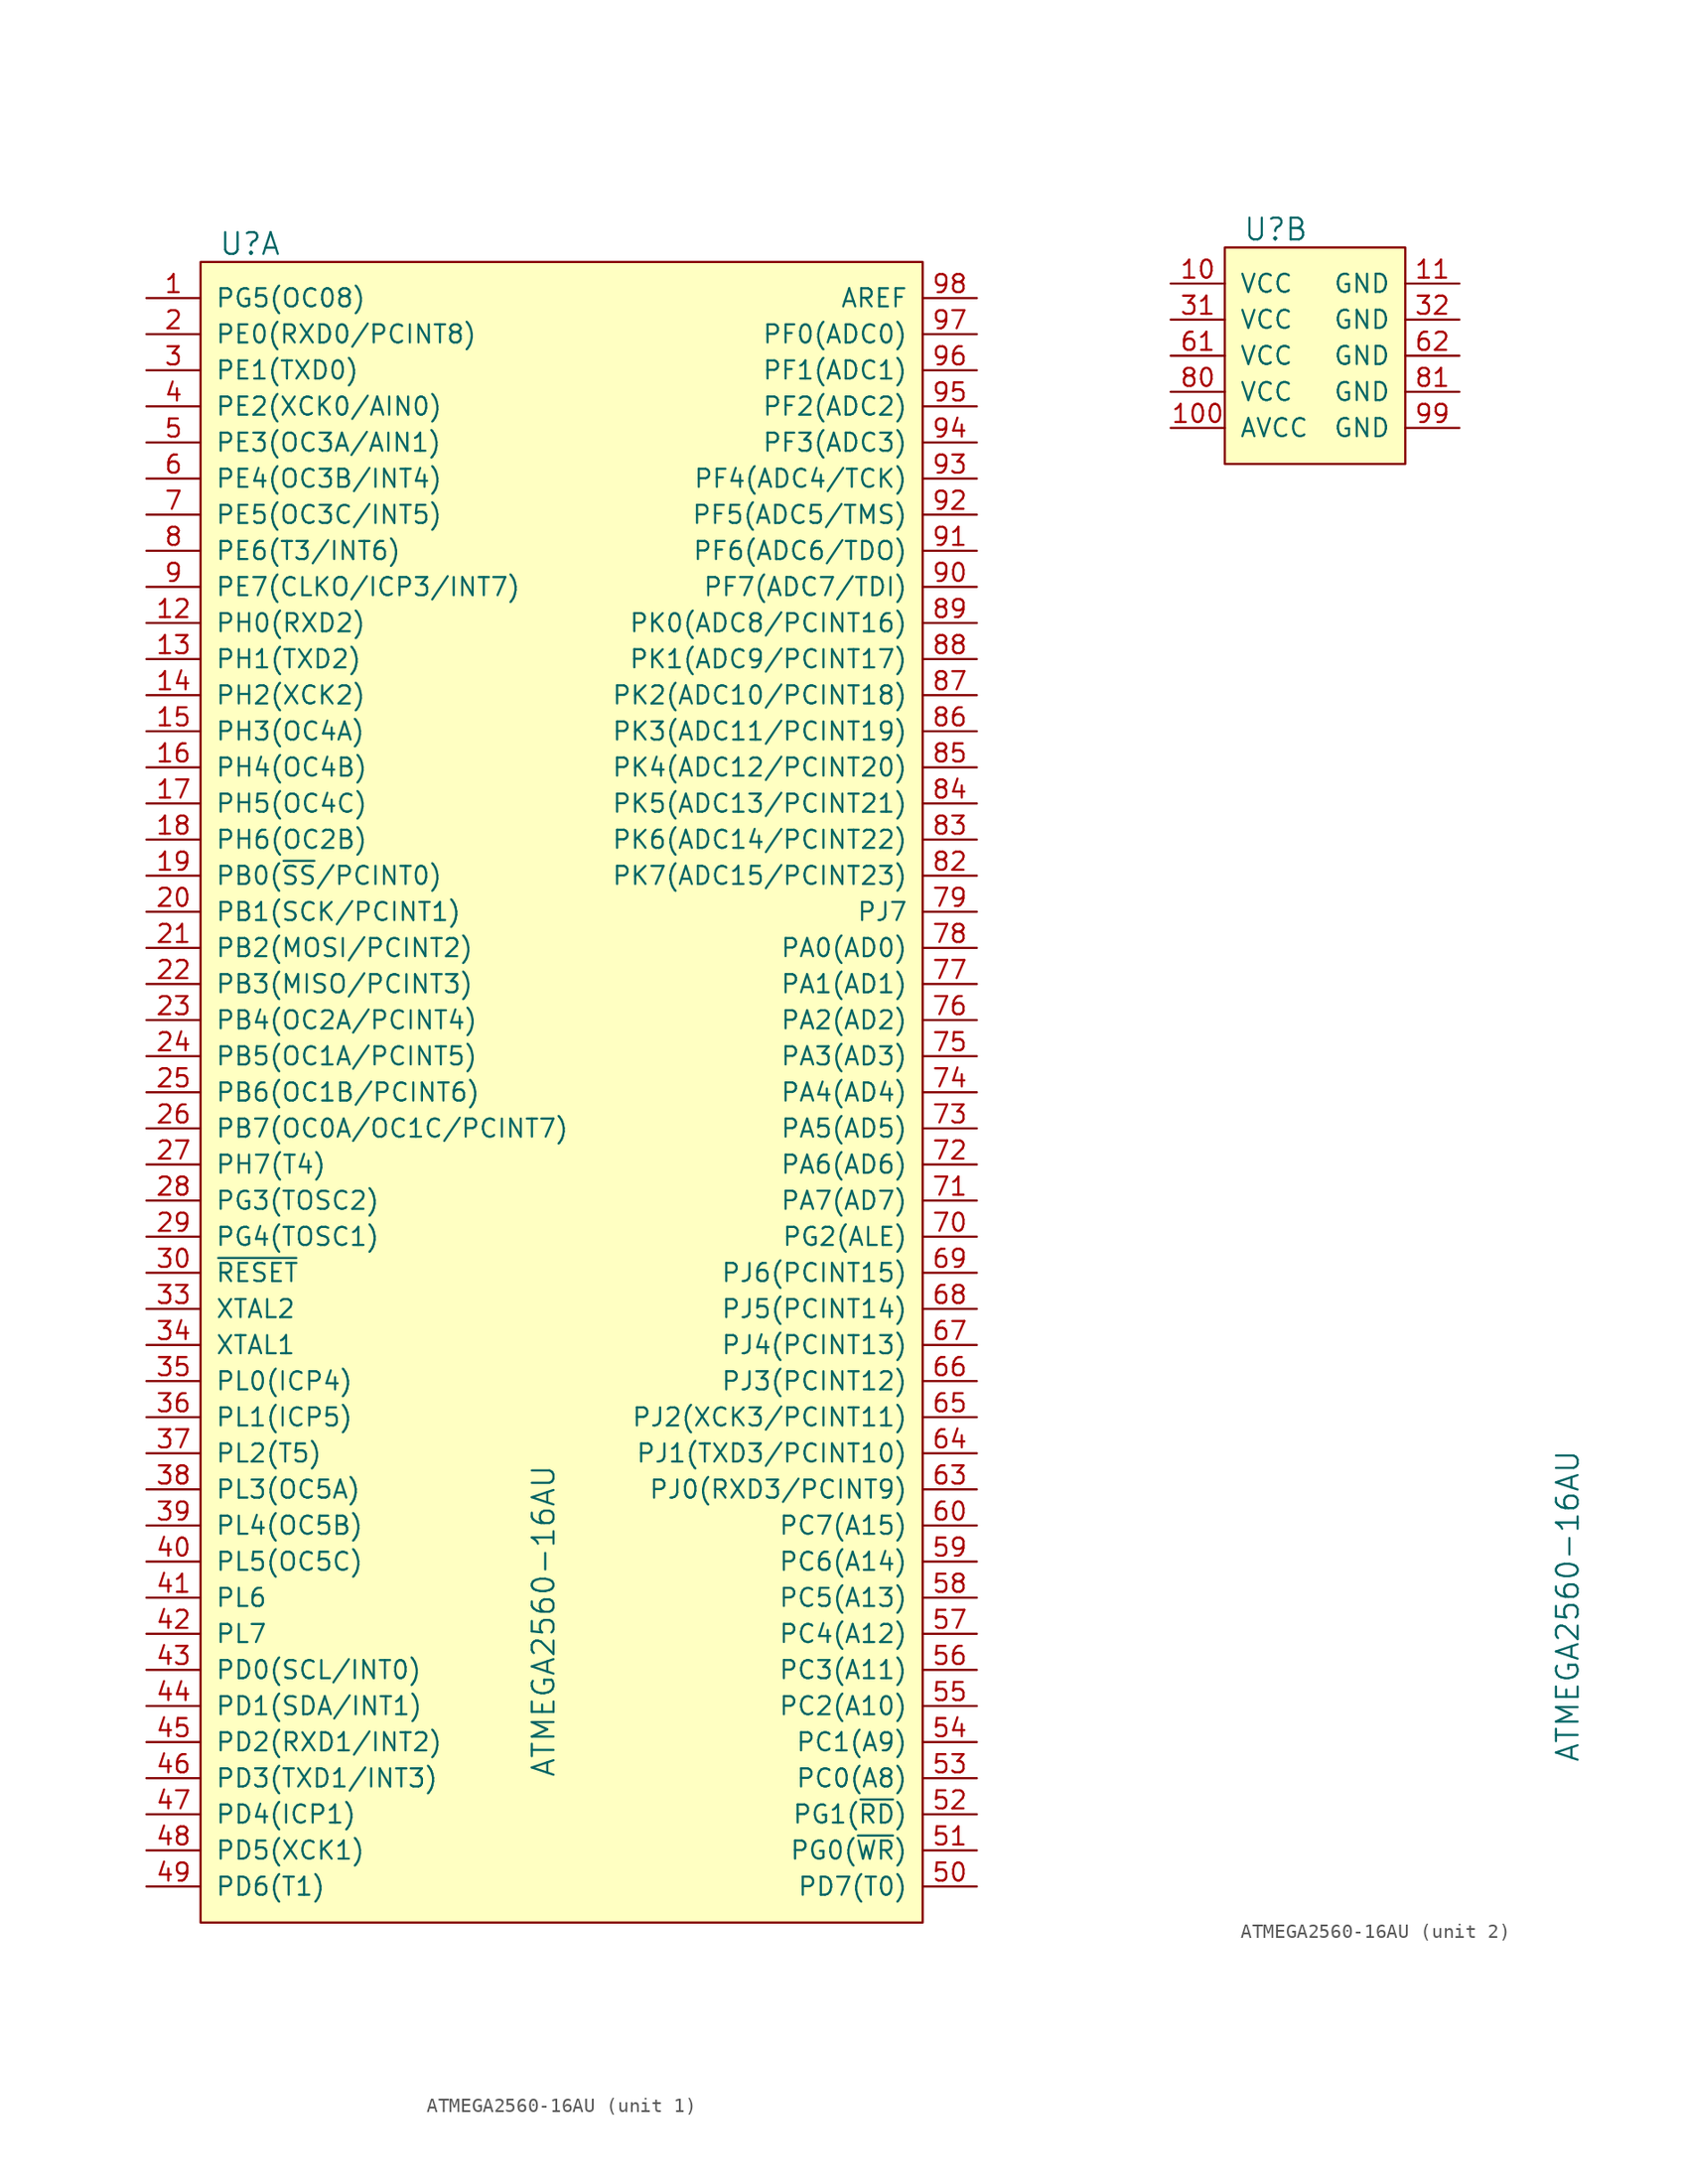
<source format=kicad_sym>
(kicad_symbol_lib
  (version 20231120)
  (generator "kicad_symbol_editor")
  (generator_version "8.0")
  (symbol "ATMEGA2560-16AU"
    (pin_names
      (offset 1.016))
    (property "Reference" "U"
      (at 2.54 1.27 0)
      (effects (font (size 1.524 1.524)) (justify left)))
    (property "Value" "ATMEGA2560-16AU"
      (at 25.4 -106.68 90)
      (effects (font (size 1.524 1.524)) (justify left)))
    (property "ki_locked" ""
      (at 0 0 0)
      (effects (font (size 1.27 1.27))))
    (symbol "ATMEGA2560-16AU_1_1"
      (rectangle (start 1.27 0) (end 52.07 -116.84) (stroke (width 0) (type default)) (fill (type background)))
      (pin bidirectional line (at -2.54 -2.54 0) (length 3.81) (name "PG5(OC08)" (effects (font (size 1.27 1.27)))) (number "1" (effects (font (size 1.27 1.27)))))
      (pin bidirectional line (at -2.54 -25.4 0) (length 3.81) (name "PH0(RXD2)" (effects (font (size 1.27 1.27)))) (number "12" (effects (font (size 1.27 1.27)))))
      (pin bidirectional line (at -2.54 -27.94 0) (length 3.81) (name "PH1(TXD2)" (effects (font (size 1.27 1.27)))) (number "13" (effects (font (size 1.27 1.27)))))
      (pin bidirectional line (at -2.54 -30.48 0) (length 3.81) (name "PH2(XCK2)" (effects (font (size 1.27 1.27)))) (number "14" (effects (font (size 1.27 1.27)))))
      (pin bidirectional line (at -2.54 -33.02 0) (length 3.81) (name "PH3(OC4A)" (effects (font (size 1.27 1.27)))) (number "15" (effects (font (size 1.27 1.27)))))
      (pin bidirectional line (at -2.54 -35.56 0) (length 3.81) (name "PH4(OC4B)" (effects (font (size 1.27 1.27)))) (number "16" (effects (font (size 1.27 1.27)))))
      (pin bidirectional line (at -2.54 -38.1 0) (length 3.81) (name "PH5(OC4C)" (effects (font (size 1.27 1.27)))) (number "17" (effects (font (size 1.27 1.27)))))
      (pin bidirectional line (at -2.54 -40.64 0) (length 3.81) (name "PH6(OC2B)" (effects (font (size 1.27 1.27)))) (number "18" (effects (font (size 1.27 1.27)))))
      (pin bidirectional line (at -2.54 -43.18 0) (length 3.81) (name "PB0(~{SS}/PCINT0)" (effects (font (size 1.27 1.27)))) (number "19" (effects (font (size 1.27 1.27)))))
      (pin bidirectional line (at -2.54 -5.08 0) (length 3.81) (name "PE0(RXD0/PCINT8)" (effects (font (size 1.27 1.27)))) (number "2" (effects (font (size 1.27 1.27)))))
      (pin bidirectional line (at -2.54 -45.72 0) (length 3.81) (name "PB1(SCK/PCINT1)" (effects (font (size 1.27 1.27)))) (number "20" (effects (font (size 1.27 1.27)))))
      (pin bidirectional line (at -2.54 -48.26 0) (length 3.81) (name "PB2(MOSI/PCINT2)" (effects (font (size 1.27 1.27)))) (number "21" (effects (font (size 1.27 1.27)))))
      (pin bidirectional line (at -2.54 -50.8 0) (length 3.81) (name "PB3(MISO/PCINT3)" (effects (font (size 1.27 1.27)))) (number "22" (effects (font (size 1.27 1.27)))))
      (pin bidirectional line (at -2.54 -53.34 0) (length 3.81) (name "PB4(OC2A/PCINT4)" (effects (font (size 1.27 1.27)))) (number "23" (effects (font (size 1.27 1.27)))))
      (pin bidirectional line (at -2.54 -55.88 0) (length 3.81) (name "PB5(OC1A/PCINT5)" (effects (font (size 1.27 1.27)))) (number "24" (effects (font (size 1.27 1.27)))))
      (pin bidirectional line (at -2.54 -58.42 0) (length 3.81) (name "PB6(OC1B/PCINT6)" (effects (font (size 1.27 1.27)))) (number "25" (effects (font (size 1.27 1.27)))))
      (pin bidirectional line (at -2.54 -60.96 0) (length 3.81) (name "PB7(OC0A/OC1C/PCINT7)" (effects (font (size 1.27 1.27)))) (number "26" (effects (font (size 1.27 1.27)))))
      (pin bidirectional line (at -2.54 -63.5 0) (length 3.81) (name "PH7(T4)" (effects (font (size 1.27 1.27)))) (number "27" (effects (font (size 1.27 1.27)))))
      (pin bidirectional line (at -2.54 -66.04 0) (length 3.81) (name "PG3(TOSC2)" (effects (font (size 1.27 1.27)))) (number "28" (effects (font (size 1.27 1.27)))))
      (pin bidirectional line (at -2.54 -68.58 0) (length 3.81) (name "PG4(TOSC1)" (effects (font (size 1.27 1.27)))) (number "29" (effects (font (size 1.27 1.27)))))
      (pin bidirectional line (at -2.54 -7.62 0) (length 3.81) (name "PE1(TXD0)" (effects (font (size 1.27 1.27)))) (number "3" (effects (font (size 1.27 1.27)))))
      (pin input line (at -2.54 -71.12 0) (length 3.81) (name "~{RESET}" (effects (font (size 1.27 1.27)))) (number "30" (effects (font (size 1.27 1.27)))))
      (pin input line (at -2.54 -73.66 0) (length 3.81) (name "XTAL2" (effects (font (size 1.27 1.27)))) (number "33" (effects (font (size 1.27 1.27)))))
      (pin output line (at -2.54 -76.2 0) (length 3.81) (name "XTAL1" (effects (font (size 1.27 1.27)))) (number "34" (effects (font (size 1.27 1.27)))))
      (pin bidirectional line (at -2.54 -78.74 0) (length 3.81) (name "PL0(ICP4)" (effects (font (size 1.27 1.27)))) (number "35" (effects (font (size 1.27 1.27)))))
      (pin bidirectional line (at -2.54 -81.28 0) (length 3.81) (name "PL1(ICP5)" (effects (font (size 1.27 1.27)))) (number "36" (effects (font (size 1.27 1.27)))))
      (pin bidirectional line (at -2.54 -83.82 0) (length 3.81) (name "PL2(T5)" (effects (font (size 1.27 1.27)))) (number "37" (effects (font (size 1.27 1.27)))))
      (pin bidirectional line (at -2.54 -86.36 0) (length 3.81) (name "PL3(OC5A)" (effects (font (size 1.27 1.27)))) (number "38" (effects (font (size 1.27 1.27)))))
      (pin bidirectional line (at -2.54 -88.9 0) (length 3.81) (name "PL4(OC5B)" (effects (font (size 1.27 1.27)))) (number "39" (effects (font (size 1.27 1.27)))))
      (pin bidirectional line (at -2.54 -10.16 0) (length 3.81) (name "PE2(XCK0/AIN0)" (effects (font (size 1.27 1.27)))) (number "4" (effects (font (size 1.27 1.27)))))
      (pin bidirectional line (at -2.54 -91.44 0) (length 3.81) (name "PL5(OC5C)" (effects (font (size 1.27 1.27)))) (number "40" (effects (font (size 1.27 1.27)))))
      (pin bidirectional line (at -2.54 -93.98 0) (length 3.81) (name "PL6" (effects (font (size 1.27 1.27)))) (number "41" (effects (font (size 1.27 1.27)))))
      (pin bidirectional line (at -2.54 -96.52 0) (length 3.81) (name "PL7" (effects (font (size 1.27 1.27)))) (number "42" (effects (font (size 1.27 1.27)))))
      (pin bidirectional line (at -2.54 -99.06 0) (length 3.81) (name "PD0(SCL/INT0)" (effects (font (size 1.27 1.27)))) (number "43" (effects (font (size 1.27 1.27)))))
      (pin bidirectional line (at -2.54 -101.6 0) (length 3.81) (name "PD1(SDA/INT1)" (effects (font (size 1.27 1.27)))) (number "44" (effects (font (size 1.27 1.27)))))
      (pin bidirectional line (at -2.54 -104.14 0) (length 3.81) (name "PD2(RXD1/INT2)" (effects (font (size 1.27 1.27)))) (number "45" (effects (font (size 1.27 1.27)))))
      (pin bidirectional line (at -2.54 -106.68 0) (length 3.81) (name "PD3(TXD1/INT3)" (effects (font (size 1.27 1.27)))) (number "46" (effects (font (size 1.27 1.27)))))
      (pin bidirectional line (at -2.54 -109.22 0) (length 3.81) (name "PD4(ICP1)" (effects (font (size 1.27 1.27)))) (number "47" (effects (font (size 1.27 1.27)))))
      (pin bidirectional line (at -2.54 -111.76 0) (length 3.81) (name "PD5(XCK1)" (effects (font (size 1.27 1.27)))) (number "48" (effects (font (size 1.27 1.27)))))
      (pin bidirectional line (at -2.54 -114.3 0) (length 3.81) (name "PD6(T1)" (effects (font (size 1.27 1.27)))) (number "49" (effects (font (size 1.27 1.27)))))
      (pin bidirectional line (at -2.54 -12.7 0) (length 3.81) (name "PE3(OC3A/AIN1)" (effects (font (size 1.27 1.27)))) (number "5" (effects (font (size 1.27 1.27)))))
      (pin bidirectional line (at 55.88 -114.3 180) (length 3.81) (name "PD7(T0)" (effects (font (size 1.27 1.27)))) (number "50" (effects (font (size 1.27 1.27)))))
      (pin bidirectional line (at 55.88 -111.76 180) (length 3.81) (name "PG0(~{WR})" (effects (font (size 1.27 1.27)))) (number "51" (effects (font (size 1.27 1.27)))))
      (pin bidirectional line (at 55.88 -109.22 180) (length 3.81) (name "PG1(~{RD})" (effects (font (size 1.27 1.27)))) (number "52" (effects (font (size 1.27 1.27)))))
      (pin bidirectional line (at 55.88 -106.68 180) (length 3.81) (name "PC0(A8)" (effects (font (size 1.27 1.27)))) (number "53" (effects (font (size 1.27 1.27)))))
      (pin bidirectional line (at 55.88 -104.14 180) (length 3.81) (name "PC1(A9)" (effects (font (size 1.27 1.27)))) (number "54" (effects (font (size 1.27 1.27)))))
      (pin bidirectional line (at 55.88 -101.6 180) (length 3.81) (name "PC2(A10)" (effects (font (size 1.27 1.27)))) (number "55" (effects (font (size 1.27 1.27)))))
      (pin bidirectional line (at 55.88 -99.06 180) (length 3.81) (name "PC3(A11)" (effects (font (size 1.27 1.27)))) (number "56" (effects (font (size 1.27 1.27)))))
      (pin bidirectional line (at 55.88 -96.52 180) (length 3.81) (name "PC4(A12)" (effects (font (size 1.27 1.27)))) (number "57" (effects (font (size 1.27 1.27)))))
      (pin bidirectional line (at 55.88 -93.98 180) (length 3.81) (name "PC5(A13)" (effects (font (size 1.27 1.27)))) (number "58" (effects (font (size 1.27 1.27)))))
      (pin bidirectional line (at 55.88 -91.44 180) (length 3.81) (name "PC6(A14)" (effects (font (size 1.27 1.27)))) (number "59" (effects (font (size 1.27 1.27)))))
      (pin bidirectional line (at -2.54 -15.24 0) (length 3.81) (name "PE4(OC3B/INT4)" (effects (font (size 1.27 1.27)))) (number "6" (effects (font (size 1.27 1.27)))))
      (pin bidirectional line (at 55.88 -88.9 180) (length 3.81) (name "PC7(A15)" (effects (font (size 1.27 1.27)))) (number "60" (effects (font (size 1.27 1.27)))))
      (pin bidirectional line (at 55.88 -86.36 180) (length 3.81) (name "PJ0(RXD3/PCINT9)" (effects (font (size 1.27 1.27)))) (number "63" (effects (font (size 1.27 1.27)))))
      (pin bidirectional line (at 55.88 -83.82 180) (length 3.81) (name "PJ1(TXD3/PCINT10)" (effects (font (size 1.27 1.27)))) (number "64" (effects (font (size 1.27 1.27)))))
      (pin bidirectional line (at 55.88 -81.28 180) (length 3.81) (name "PJ2(XCK3/PCINT11)" (effects (font (size 1.27 1.27)))) (number "65" (effects (font (size 1.27 1.27)))))
      (pin bidirectional line (at 55.88 -78.74 180) (length 3.81) (name "PJ3(PCINT12)" (effects (font (size 1.27 1.27)))) (number "66" (effects (font (size 1.27 1.27)))))
      (pin bidirectional line (at 55.88 -76.2 180) (length 3.81) (name "PJ4(PCINT13)" (effects (font (size 1.27 1.27)))) (number "67" (effects (font (size 1.27 1.27)))))
      (pin bidirectional line (at 55.88 -73.66 180) (length 3.81) (name "PJ5(PCINT14)" (effects (font (size 1.27 1.27)))) (number "68" (effects (font (size 1.27 1.27)))))
      (pin bidirectional line (at 55.88 -71.12 180) (length 3.81) (name "PJ6(PCINT15)" (effects (font (size 1.27 1.27)))) (number "69" (effects (font (size 1.27 1.27)))))
      (pin bidirectional line (at -2.54 -17.78 0) (length 3.81) (name "PE5(OC3C/INT5)" (effects (font (size 1.27 1.27)))) (number "7" (effects (font (size 1.27 1.27)))))
      (pin bidirectional line (at 55.88 -68.58 180) (length 3.81) (name "PG2(ALE)" (effects (font (size 1.27 1.27)))) (number "70" (effects (font (size 1.27 1.27)))))
      (pin bidirectional line (at 55.88 -66.04 180) (length 3.81) (name "PA7(AD7)" (effects (font (size 1.27 1.27)))) (number "71" (effects (font (size 1.27 1.27)))))
      (pin bidirectional line (at 55.88 -63.5 180) (length 3.81) (name "PA6(AD6)" (effects (font (size 1.27 1.27)))) (number "72" (effects (font (size 1.27 1.27)))))
      (pin bidirectional line (at 55.88 -60.96 180) (length 3.81) (name "PA5(AD5)" (effects (font (size 1.27 1.27)))) (number "73" (effects (font (size 1.27 1.27)))))
      (pin bidirectional line (at 55.88 -58.42 180) (length 3.81) (name "PA4(AD4)" (effects (font (size 1.27 1.27)))) (number "74" (effects (font (size 1.27 1.27)))))
      (pin bidirectional line (at 55.88 -55.88 180) (length 3.81) (name "PA3(AD3)" (effects (font (size 1.27 1.27)))) (number "75" (effects (font (size 1.27 1.27)))))
      (pin bidirectional line (at 55.88 -53.34 180) (length 3.81) (name "PA2(AD2)" (effects (font (size 1.27 1.27)))) (number "76" (effects (font (size 1.27 1.27)))))
      (pin bidirectional line (at 55.88 -50.8 180) (length 3.81) (name "PA1(AD1)" (effects (font (size 1.27 1.27)))) (number "77" (effects (font (size 1.27 1.27)))))
      (pin bidirectional line (at 55.88 -48.26 180) (length 3.81) (name "PA0(AD0)" (effects (font (size 1.27 1.27)))) (number "78" (effects (font (size 1.27 1.27)))))
      (pin bidirectional line (at 55.88 -45.72 180) (length 3.81) (name "PJ7" (effects (font (size 1.27 1.27)))) (number "79" (effects (font (size 1.27 1.27)))))
      (pin bidirectional line (at -2.54 -20.32 0) (length 3.81) (name "PE6(T3/INT6)" (effects (font (size 1.27 1.27)))) (number "8" (effects (font (size 1.27 1.27)))))
      (pin bidirectional line (at 55.88 -43.18 180) (length 3.81) (name "PK7(ADC15/PCINT23)" (effects (font (size 1.27 1.27)))) (number "82" (effects (font (size 1.27 1.27)))))
      (pin bidirectional line (at 55.88 -40.64 180) (length 3.81) (name "PK6(ADC14/PCINT22)" (effects (font (size 1.27 1.27)))) (number "83" (effects (font (size 1.27 1.27)))))
      (pin bidirectional line (at 55.88 -38.1 180) (length 3.81) (name "PK5(ADC13/PCINT21)" (effects (font (size 1.27 1.27)))) (number "84" (effects (font (size 1.27 1.27)))))
      (pin bidirectional line (at 55.88 -35.56 180) (length 3.81) (name "PK4(ADC12/PCINT20)" (effects (font (size 1.27 1.27)))) (number "85" (effects (font (size 1.27 1.27)))))
      (pin bidirectional line (at 55.88 -33.02 180) (length 3.81) (name "PK3(ADC11/PCINT19)" (effects (font (size 1.27 1.27)))) (number "86" (effects (font (size 1.27 1.27)))))
      (pin bidirectional line (at 55.88 -30.48 180) (length 3.81) (name "PK2(ADC10/PCINT18)" (effects (font (size 1.27 1.27)))) (number "87" (effects (font (size 1.27 1.27)))))
      (pin bidirectional line (at 55.88 -27.94 180) (length 3.81) (name "PK1(ADC9/PCINT17)" (effects (font (size 1.27 1.27)))) (number "88" (effects (font (size 1.27 1.27)))))
      (pin bidirectional line (at 55.88 -25.4 180) (length 3.81) (name "PK0(ADC8/PCINT16)" (effects (font (size 1.27 1.27)))) (number "89" (effects (font (size 1.27 1.27)))))
      (pin bidirectional line (at -2.54 -22.86 0) (length 3.81) (name "PE7(CLKO/ICP3/INT7)" (effects (font (size 1.27 1.27)))) (number "9" (effects (font (size 1.27 1.27)))))
      (pin bidirectional line (at 55.88 -22.86 180) (length 3.81) (name "PF7(ADC7/TDI)" (effects (font (size 1.27 1.27)))) (number "90" (effects (font (size 1.27 1.27)))))
      (pin bidirectional line (at 55.88 -20.32 180) (length 3.81) (name "PF6(ADC6/TDO)" (effects (font (size 1.27 1.27)))) (number "91" (effects (font (size 1.27 1.27)))))
      (pin bidirectional line (at 55.88 -17.78 180) (length 3.81) (name "PF5(ADC5/TMS)" (effects (font (size 1.27 1.27)))) (number "92" (effects (font (size 1.27 1.27)))))
      (pin bidirectional line (at 55.88 -15.24 180) (length 3.81) (name "PF4(ADC4/TCK)" (effects (font (size 1.27 1.27)))) (number "93" (effects (font (size 1.27 1.27)))))
      (pin bidirectional line (at 55.88 -12.7 180) (length 3.81) (name "PF3(ADC3)" (effects (font (size 1.27 1.27)))) (number "94" (effects (font (size 1.27 1.27)))))
      (pin bidirectional line (at 55.88 -10.16 180) (length 3.81) (name "PF2(ADC2)" (effects (font (size 1.27 1.27)))) (number "95" (effects (font (size 1.27 1.27)))))
      (pin bidirectional line (at 55.88 -7.62 180) (length 3.81) (name "PF1(ADC1)" (effects (font (size 1.27 1.27)))) (number "96" (effects (font (size 1.27 1.27)))))
      (pin bidirectional line (at 55.88 -5.08 180) (length 3.81) (name "PF0(ADC0)" (effects (font (size 1.27 1.27)))) (number "97" (effects (font (size 1.27 1.27)))))
      (pin bidirectional line (at 55.88 -2.54 180) (length 3.81) (name "AREF" (effects (font (size 1.27 1.27)))) (number "98" (effects (font (size 1.27 1.27))))))
    (symbol "ATMEGA2560-16AU_2_1"
      (rectangle (start 1.27 0) (end 13.97 -15.24) (stroke (width 0) (type default)) (fill (type background)))
      (pin power_in line (at -2.54 -2.54 0) (length 3.81) (name "VCC" (effects (font (size 1.27 1.27)))) (number "10" (effects (font (size 1.27 1.27)))))
      (pin power_in line (at -2.54 -12.7 0) (length 3.81) (name "AVCC" (effects (font (size 1.27 1.27)))) (number "100" (effects (font (size 1.27 1.27)))))
      (pin power_in line (at 17.78 -2.54 180) (length 3.81) (name "GND" (effects (font (size 1.27 1.27)))) (number "11" (effects (font (size 1.27 1.27)))))
      (pin power_in line (at -2.54 -5.08 0) (length 3.81) (name "VCC" (effects (font (size 1.27 1.27)))) (number "31" (effects (font (size 1.27 1.27)))))
      (pin power_in line (at 17.78 -5.08 180) (length 3.81) (name "GND" (effects (font (size 1.27 1.27)))) (number "32" (effects (font (size 1.27 1.27)))))
      (pin power_in line (at -2.54 -7.62 0) (length 3.81) (name "VCC" (effects (font (size 1.27 1.27)))) (number "61" (effects (font (size 1.27 1.27)))))
      (pin power_in line (at 17.78 -7.62 180) (length 3.81) (name "GND" (effects (font (size 1.27 1.27)))) (number "62" (effects (font (size 1.27 1.27)))))
      (pin power_in line (at -2.54 -10.16 0) (length 3.81) (name "VCC" (effects (font (size 1.27 1.27)))) (number "80" (effects (font (size 1.27 1.27)))))
      (pin power_in line (at 17.78 -10.16 180) (length 3.81) (name "GND" (effects (font (size 1.27 1.27)))) (number "81" (effects (font (size 1.27 1.27)))))
      (pin power_in line (at 17.78 -12.7 180) (length 3.81) (name "GND" (effects (font (size 1.27 1.27)))) (number "99" (effects (font (size 1.27 1.27))))))))
</source>
